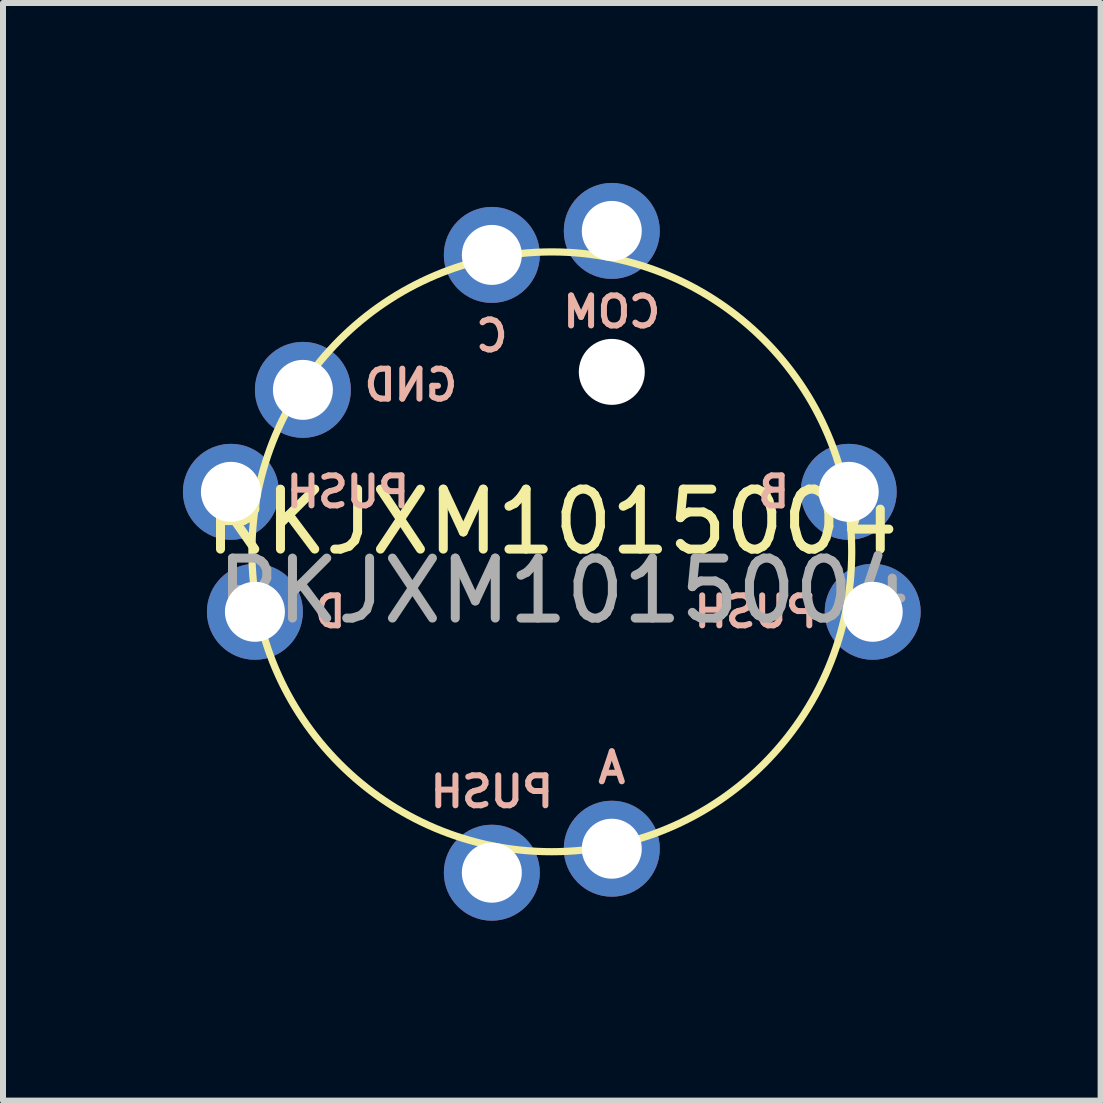
<source format=kicad_pcb>
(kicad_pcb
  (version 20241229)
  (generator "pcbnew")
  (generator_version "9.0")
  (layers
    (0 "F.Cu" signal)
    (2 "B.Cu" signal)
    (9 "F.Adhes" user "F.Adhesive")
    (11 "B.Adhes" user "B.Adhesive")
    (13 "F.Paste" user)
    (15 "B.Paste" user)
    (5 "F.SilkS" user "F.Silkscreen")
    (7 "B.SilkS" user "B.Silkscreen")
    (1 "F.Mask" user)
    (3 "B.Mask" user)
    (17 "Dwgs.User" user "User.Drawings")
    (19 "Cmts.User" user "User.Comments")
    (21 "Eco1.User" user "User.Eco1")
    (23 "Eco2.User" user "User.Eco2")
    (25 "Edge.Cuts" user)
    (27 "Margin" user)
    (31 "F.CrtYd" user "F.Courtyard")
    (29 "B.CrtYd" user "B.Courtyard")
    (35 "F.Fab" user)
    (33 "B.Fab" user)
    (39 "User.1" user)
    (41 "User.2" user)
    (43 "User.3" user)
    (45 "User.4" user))
  (footprint "RKJXM1015004"
    (layer "F.Cu")
    (at 6.15 6.15)
    (property "Reference" "RKJXM1015004" (at 0 -0.5 0) (unlocked yes) (layer "F.SilkS") (effects (font (size 1 1) (thickness 0.15))))
    (attr through_hole)
    (fp_circle (center 0 0) (end 0 -5) (stroke (width 0.12) (type solid)) (fill no) (layer "F.SilkS"))
    (fp_text user "GND" (at -2.35 -2.78 0) (unlocked yes) (layer "B.SilkS") (effects (font (size 0.5 0.5) (thickness 0.1)) (justify mirror)))
    (fp_text user "A" (at 1 3.6 0) (unlocked yes) (layer "B.SilkS") (effects (font (size 0.5 0.5) (thickness 0.1)) (justify mirror)))
    (fp_text user "PUSH" (at 3.4 1 0) (unlocked yes) (layer "B.SilkS") (effects (font (size 0.5 0.5) (thickness 0.1)) (justify mirror)))
    (fp_text user "PUSH" (at -1 4 0) (unlocked yes) (layer "B.SilkS") (effects (font (size 0.5 0.5) (thickness 0.1)) (justify mirror)))
    (fp_text user "COM" (at 1 -4 0) (unlocked yes) (layer "B.SilkS") (effects (font (size 0.5 0.5) (thickness 0.1)) (justify mirror)))
    (fp_text user "C" (at -1 -3.6 0) (unlocked yes) (layer "B.SilkS") (effects (font (size 0.5 0.5) (thickness 0.1)) (justify mirror)))
    (fp_text user "B" (at 3.7 -1 0) (unlocked yes) (layer "B.SilkS") (effects (font (size 0.5 0.5) (thickness 0.1)) (justify mirror)))
    (fp_text user "PUSH" (at -3.4 -1 0) (unlocked yes) (layer "B.SilkS") (effects (font (size 0.5 0.5) (thickness 0.1)) (justify mirror)))
    (fp_text user "D" (at -3.7 1 0) (unlocked yes) (layer "B.SilkS") (effects (font (size 0.5 0.5) (thickness 0.1)) (justify mirror)))
    (fp_text user "${REFERENCE}" (at 0.2 0.65 0) (unlocked yes) (layer "F.Fab") (effects (font (size 1 1) (thickness 0.15))))
    (pad "" np_thru_hole circle (at 1 -3) (size 1.1 1.1) (drill 1.1) (layers "*.Cu" "*.Mask"))
    (pad "1" thru_hole circle (at -4.15 -2.7) (size 1.6 1.6) (drill 1) (layers "*.Cu" "*.Mask"))
    (pad "2" thru_hole circle (at -5.35 -1) (size 1.6 1.6) (drill 1) (layers "*.Cu" "*.Mask"))
    (pad "2" thru_hole circle (at -1 5.35) (size 1.6 1.6) (drill 1) (layers "*.Cu" "*.Mask"))
    (pad "2" thru_hole circle (at 5.35 1) (size 1.6 1.6) (drill 1) (layers "*.Cu" "*.Mask"))
    (pad "3" thru_hole circle (at 1 -5.35) (size 1.6 1.6) (drill 1) (layers "*.Cu" "*.Mask"))
    (pad "4" thru_hole circle (at 1 4.95) (size 1.6 1.6) (drill 1) (layers "*.Cu" "*.Mask"))
    (pad "5" thru_hole circle (at 4.95 -1) (size 1.6 1.6) (drill 1) (layers "*.Cu" "*.Mask"))
    (pad "6" thru_hole circle (at -1 -4.95) (size 1.6 1.6) (drill 1) (layers "*.Cu" "*.Mask"))
    (pad "7" thru_hole circle (at -4.95 1) (size 1.6 1.6) (drill 1) (layers "*.Cu" "*.Mask")))
  (gr_rect
    (start -3 -3)
    (end 15.3 15.3)
    (stroke (width 0.1) (type default))
    (fill no)
    (layer "Edge.Cuts")))
</source>
